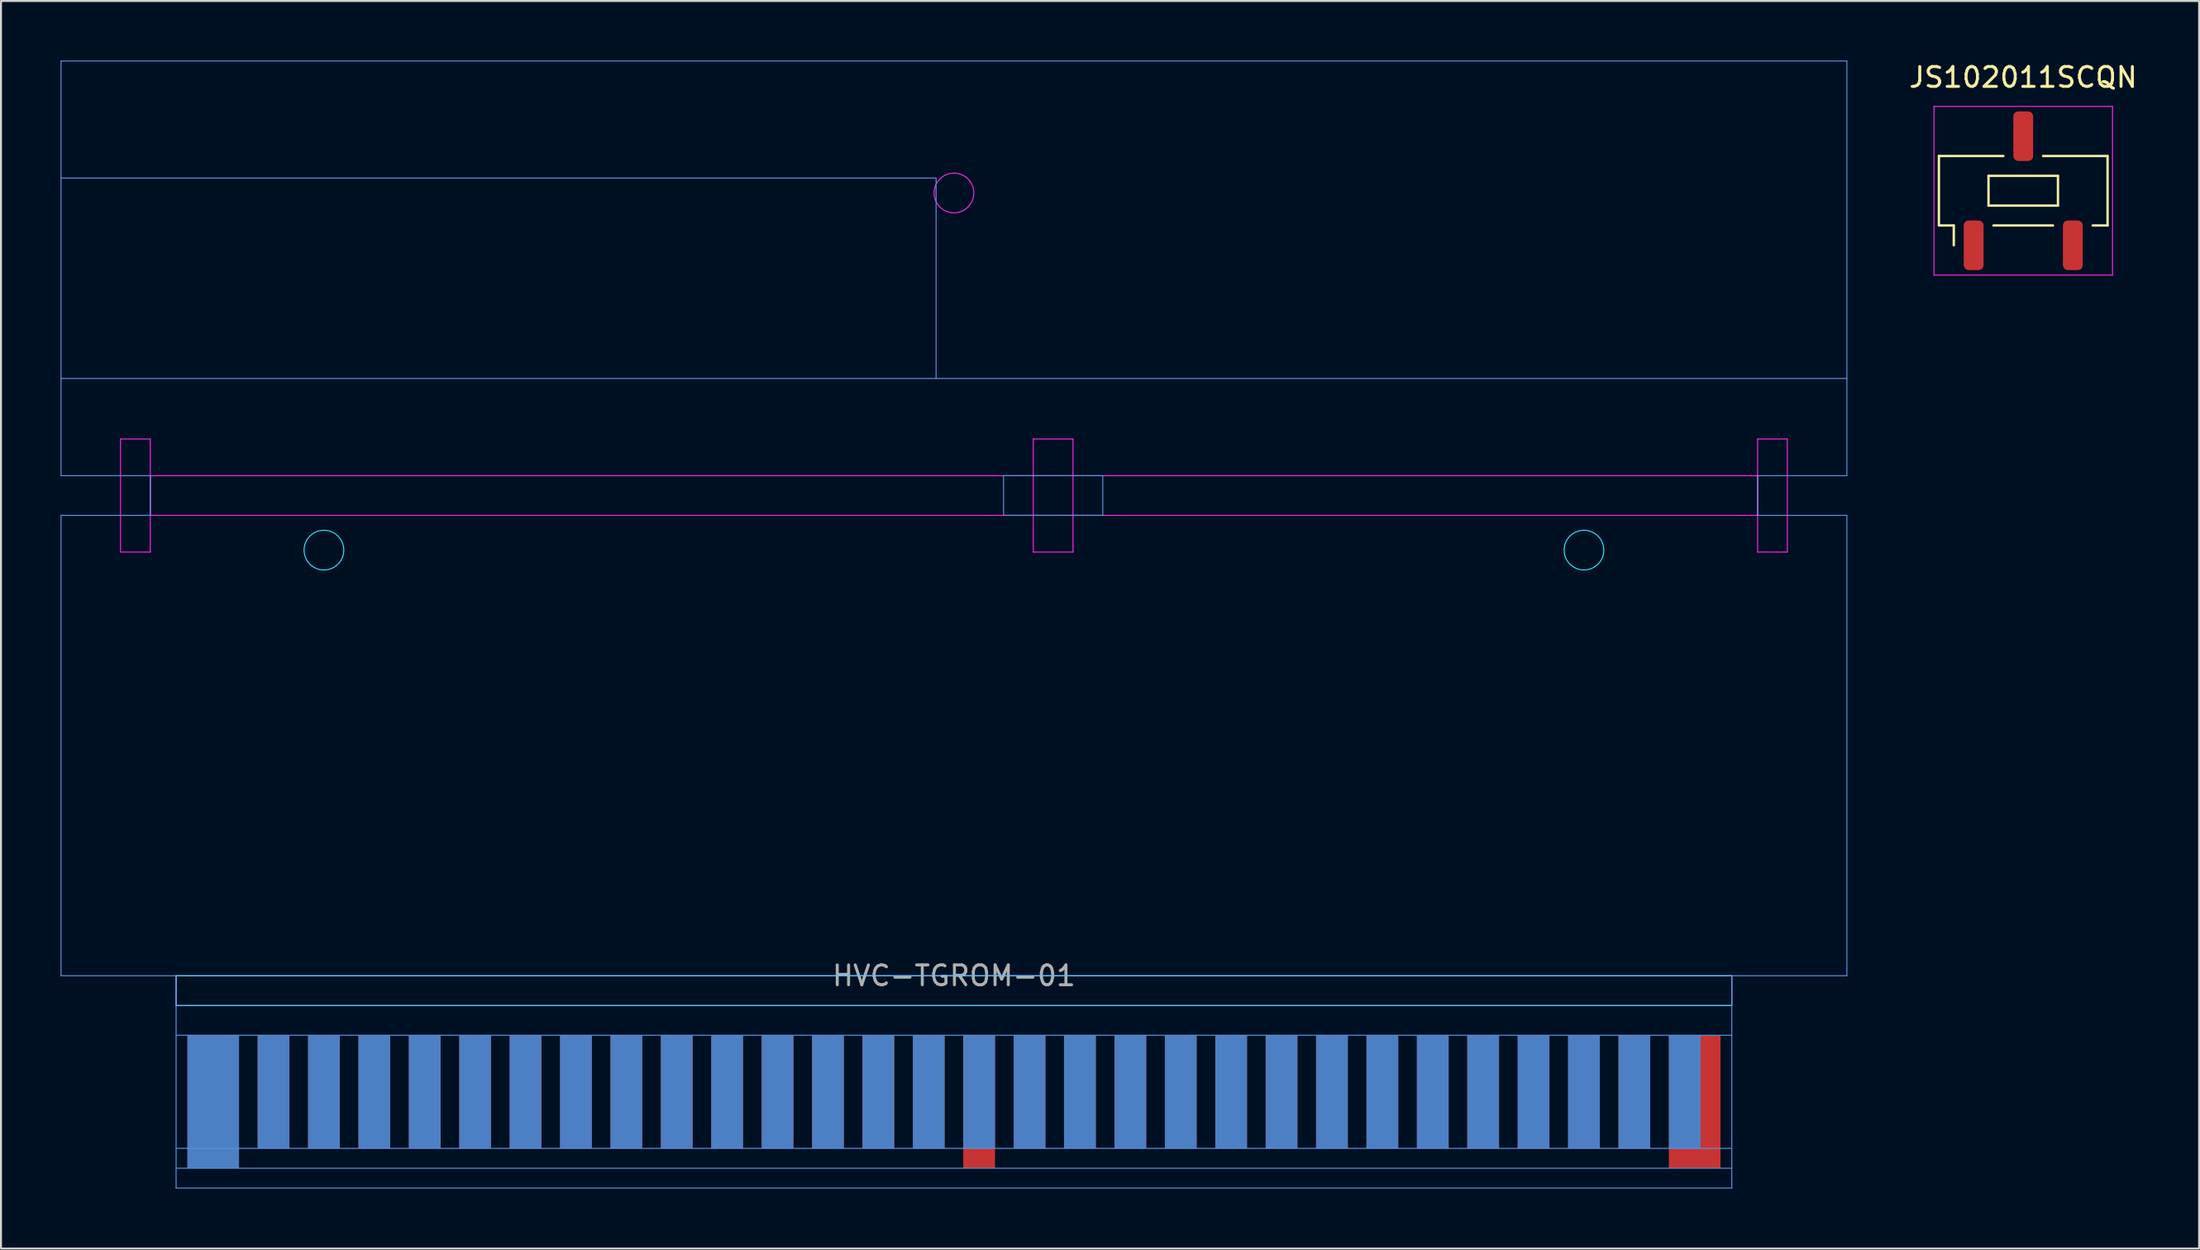
<source format=kicad_pcb>
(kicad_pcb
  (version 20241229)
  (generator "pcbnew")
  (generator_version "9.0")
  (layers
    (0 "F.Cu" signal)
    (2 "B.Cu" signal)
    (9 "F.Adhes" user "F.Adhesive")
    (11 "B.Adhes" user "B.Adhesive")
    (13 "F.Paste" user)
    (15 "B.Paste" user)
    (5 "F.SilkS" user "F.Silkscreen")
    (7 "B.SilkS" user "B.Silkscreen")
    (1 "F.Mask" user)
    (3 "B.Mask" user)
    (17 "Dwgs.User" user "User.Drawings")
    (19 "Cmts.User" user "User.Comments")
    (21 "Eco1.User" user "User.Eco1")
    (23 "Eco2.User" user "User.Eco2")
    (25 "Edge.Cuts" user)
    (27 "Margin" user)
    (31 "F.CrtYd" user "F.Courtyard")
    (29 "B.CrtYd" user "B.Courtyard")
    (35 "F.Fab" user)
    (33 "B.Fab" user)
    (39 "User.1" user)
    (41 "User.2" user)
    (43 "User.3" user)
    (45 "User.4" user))
  (footprint "JS102011SCQN"
    (layer "F.Cu")
    (at 98.913 6.563)
    (property "Reference" "JS102011SCQN" (at 0 -5.715 0) (unlocked yes) (layer "F.SilkS") (effects (font (size 1 1) (thickness 0.15))))
    (attr smd)
    (fp_line (start -4.25 -1.75) (end -1 -1.75) (stroke (width 0.12) (type solid)) (layer "F.SilkS"))
    (fp_line (start -4.25 1.75) (end -4.25 -1.75) (stroke (width 0.12) (type solid)) (layer "F.SilkS"))
    (fp_line (start -3.5 1.75) (end -4.25 1.75) (stroke (width 0.12) (type solid)) (layer "F.SilkS"))
    (fp_line (start -3.5 2.75) (end -3.5 1.75) (stroke (width 0.12) (type solid)) (layer "F.SilkS"))
    (fp_line (start -1.75 -0.75) (end -1.75 0.75) (stroke (width 0.12) (type solid)) (layer "F.SilkS"))
    (fp_line (start -1.75 -0.75) (end 1.75 -0.75) (stroke (width 0.12) (type solid)) (layer "F.SilkS"))
    (fp_line (start -1.5 1.75) (end 1.5 1.75) (stroke (width 0.12) (type solid)) (layer "F.SilkS"))
    (fp_line (start 1.75 -0.75) (end 1.75 0.75) (stroke (width 0.12) (type solid)) (layer "F.SilkS"))
    (fp_line (start 1.75 0.75) (end -1.75 0.75) (stroke (width 0.12) (type solid)) (layer "F.SilkS"))
    (fp_line (start 3.5 1.75) (end 4.25 1.75) (stroke (width 0.12) (type solid)) (layer "F.SilkS"))
    (fp_line (start 4.25 -1.75) (end 1 -1.75) (stroke (width 0.12) (type solid)) (layer "F.SilkS"))
    (fp_line (start 4.25 -1.75) (end 4.25 1.75) (stroke (width 0.12) (type solid)) (layer "F.SilkS"))
    (fp_line (start -4.5 -4.25) (end -4.5 4.25) (stroke (width 0.05) (type solid)) (layer "F.CrtYd"))
    (fp_line (start -4.5 4.25) (end 4.5 4.25) (stroke (width 0.05) (type solid)) (layer "F.CrtYd"))
    (fp_line (start 4.5 -4.25) (end -4.5 -4.25) (stroke (width 0.05) (type solid)) (layer "F.CrtYd"))
    (fp_line (start 4.5 4.25) (end 4.5 -4.25) (stroke (width 0.05) (type solid)) (layer "F.CrtYd"))
    (pad "1" smd roundrect (at -2.5 2.75) (size 1 2.5) (layers "F.Cu" "F.Mask" "F.Paste") (roundrect_rratio 0.25))
    (pad "2" smd roundrect (at 0 -2.75) (size 1 2.5) (layers "F.Cu" "F.Mask" "F.Paste") (roundrect_rratio 0.25))
    (pad "3" smd roundrect (at 2.5 2.75) (size 1 2.5) (layers "F.Cu" "F.Mask" "F.Paste") (roundrect_rratio 0.25)))
  (footprint "HVC-TGROM-01"
    (layer "F.Cu")
    (at 45.025 46.125)
    (property "Reference" "HVC-TGROM-01" (at 0 0 0) (layer "F.Fab") (effects (font (size 1 1) (thickness 0.15))))
    (fp_poly (pts (xy 39.191 10.7) (xy -39.2 10.7) (xy -39.2 4) (xy 39.2 4)) (stroke (width 0.1) (type solid)) (fill yes) (layer "F.Mask"))
    (fp_poly (pts (xy 39.191 10.7) (xy -39.2 10.7) (xy -39.2 4) (xy 39.2 4)) (stroke (width 0.1) (type solid)) (fill yes) (layer "B.Mask"))
    (fp_line (start -45 -40.2) (end -0.9 -40.2) (stroke (width 0.05) (type solid)) (layer "Cmts.User"))
    (fp_line (start -45 -30.1) (end 45 -30.1) (stroke (width 0.05) (type solid)) (layer "Cmts.User"))
    (fp_line (start -45 -25.2) (end -45 -46.1) (stroke (width 0.05) (type solid)) (layer "Cmts.User"))
    (fp_line (start -45 -25.2) (end -40.5 -25.2) (stroke (width 0.05) (type solid)) (layer "Cmts.User"))
    (fp_line (start -45 -23.2) (end -40.5 -23.2) (stroke (width 0.05) (type solid)) (layer "Cmts.User"))
    (fp_line (start -45 0) (end -45 -23.2) (stroke (width 0.05) (type solid)) (layer "Cmts.User"))
    (fp_line (start -40.5 -23.2) (end -40.5 -25.2) (stroke (width 0.05) (type solid)) (layer "Cmts.User"))
    (fp_line (start -39.2 0) (end -45 0) (stroke (width 0.05) (type solid)) (layer "Cmts.User"))
    (fp_line (start -39.2 0) (end -39.2 10.7) (stroke (width 0.05) (type solid)) (layer "Cmts.User"))
    (fp_line (start -39.2 3) (end 39.2 3) (stroke (width 0.05) (type solid)) (layer "Cmts.User"))
    (fp_line (start -39.2 8.7) (end 39.2 8.7) (stroke (width 0.05) (type solid)) (layer "Cmts.User"))
    (fp_line (start -39.2 9.7) (end 39.2 9.7) (stroke (width 0.05) (type solid)) (layer "Cmts.User"))
    (fp_line (start -39.2 10.7) (end 39.2 10.7) (stroke (width 0.05) (type solid)) (layer "Cmts.User"))
    (fp_line (start -0.9 -40.2) (end -0.9 -30.1) (stroke (width 0.05) (type solid)) (layer "Cmts.User"))
    (fp_line (start 2.5 -23.2) (end 2.5 -25.2) (stroke (width 0.05) (type solid)) (layer "Cmts.User"))
    (fp_line (start 2.5 -23.2) (end 7.5 -23.2) (stroke (width 0.05) (type solid)) (layer "Cmts.User"))
    (fp_line (start 7.5 -25.2) (end 2.5 -25.2) (stroke (width 0.05) (type solid)) (layer "Cmts.User"))
    (fp_line (start 7.5 -23.2) (end 7.5 -25.2) (stroke (width 0.05) (type solid)) (layer "Cmts.User"))
    (fp_line (start 39.2 0) (end 39.2 10.7) (stroke (width 0.05) (type solid)) (layer "Cmts.User"))
    (fp_line (start 40.5 -25.2) (end 45 -25.2) (stroke (width 0.05) (type solid)) (layer "Cmts.User"))
    (fp_line (start 40.5 -23.2) (end 40.5 -25.2) (stroke (width 0.05) (type solid)) (layer "Cmts.User"))
    (fp_line (start 40.5 -23.2) (end 45 -23.2) (stroke (width 0.05) (type solid)) (layer "Cmts.User"))
    (fp_line (start 45 -46.1) (end -45 -46.1) (stroke (width 0.05) (type solid)) (layer "Cmts.User"))
    (fp_line (start 45 -25.2) (end 45 -46.1) (stroke (width 0.05) (type solid)) (layer "Cmts.User"))
    (fp_line (start 45 0) (end 39.2 0) (stroke (width 0.05) (type solid)) (layer "Cmts.User"))
    (fp_line (start 45 0) (end 45 -23.2) (stroke (width 0.05) (type solid)) (layer "Cmts.User"))
    (fp_line (start -39.2 0) (end 39.2 0) (stroke (width 0.05) (type solid)) (layer "B.CrtYd"))
    (fp_line (start -39.2 1.5) (end -39.2 0) (stroke (width 0.05) (type solid)) (layer "B.CrtYd"))
    (fp_line (start -39.2 1.5) (end 39.2 1.5) (stroke (width 0.05) (type solid)) (layer "B.CrtYd"))
    (fp_line (start 39.2 1.5) (end 39.2 0) (stroke (width 0.05) (type solid)) (layer "B.CrtYd"))
    (fp_circle (center -31.75 -21.45) (end -30.75 -21.45) (stroke (width 0.05) (type solid)) (fill no) (layer "B.CrtYd"))
    (fp_circle (center 31.75 -21.45) (end 32.75 -21.45) (stroke (width 0.05) (type solid)) (fill no) (layer "B.CrtYd"))
    (fp_line (start -42 -27.05) (end -42 -21.35) (stroke (width 0.05) (type solid)) (layer "F.CrtYd"))
    (fp_line (start -42 -21.35) (end -40.5 -21.35) (stroke (width 0.05) (type solid)) (layer "F.CrtYd"))
    (fp_line (start -40.5 -27.05) (end -42 -27.05) (stroke (width 0.05) (type solid)) (layer "F.CrtYd"))
    (fp_line (start -40.5 -27.05) (end -40.5 -21.35) (stroke (width 0.05) (type solid)) (layer "F.CrtYd"))
    (fp_line (start -40.5 -25.2) (end 40.5 -25.2) (stroke (width 0.05) (type solid)) (layer "F.CrtYd"))
    (fp_line (start -40.5 -23.2) (end -40.5 -25.2) (stroke (width 0.05) (type solid)) (layer "F.CrtYd"))
    (fp_line (start -39.2 0) (end -39.2 1.5) (stroke (width 0.05) (type solid)) (layer "F.CrtYd"))
    (fp_line (start -39.2 0) (end 39.2 0) (stroke (width 0.05) (type solid)) (layer "F.CrtYd"))
    (fp_line (start -39.2 1.5) (end 39.2 1.5) (stroke (width 0.05) (type solid)) (layer "F.CrtYd"))
    (fp_line (start 4 -27.05) (end 4 -21.35) (stroke (width 0.05) (type solid)) (layer "F.CrtYd"))
    (fp_line (start 4 -21.35) (end 6 -21.35) (stroke (width 0.05) (type solid)) (layer "F.CrtYd"))
    (fp_line (start 6 -27.05) (end 4 -27.05) (stroke (width 0.05) (type solid)) (layer "F.CrtYd"))
    (fp_line (start 6 -27.05) (end 6 -21.35) (stroke (width 0.05) (type solid)) (layer "F.CrtYd"))
    (fp_line (start 39.2 0) (end 39.2 1.5) (stroke (width 0.05) (type solid)) (layer "F.CrtYd"))
    (fp_line (start 40.5 -27.05) (end 40.5 -21.35) (stroke (width 0.05) (type solid)) (layer "F.CrtYd"))
    (fp_line (start 40.5 -27.05) (end 42 -27.05) (stroke (width 0.05) (type solid)) (layer "F.CrtYd"))
    (fp_line (start 40.5 -25.2) (end 40.5 -23.2) (stroke (width 0.05) (type solid)) (layer "F.CrtYd"))
    (fp_line (start 40.5 -23.2) (end -40.5 -23.2) (stroke (width 0.05) (type solid)) (layer "F.CrtYd"))
    (fp_line (start 42 -27.05) (end 42 -21.35) (stroke (width 0.05) (type solid)) (layer "F.CrtYd"))
    (fp_line (start 42 -21.35) (end 40.5 -21.35) (stroke (width 0.05) (type solid)) (layer "F.CrtYd"))
    (fp_circle (center 0 -39.45) (end 1 -39.45) (stroke (width 0.05) (type solid)) (fill no) (layer "F.CrtYd"))
    (pad "1" connect rect (at -37.33 6.35) (size 2.6 6.7) (layers "F.Cu"))
    (pad "2" connect rect (at -34.29 5.85) (size 1.6 5.7) (layers "F.Cu"))
    (pad "3" connect rect (at -31.75 5.85) (size 1.6 5.7) (layers "F.Cu"))
    (pad "4" connect rect (at -29.21 5.85) (size 1.6 5.7) (layers "F.Cu"))
    (pad "5" connect rect (at -26.67 5.85) (size 1.6 5.7) (layers "F.Cu"))
    (pad "6" connect rect (at -24.13 5.85) (size 1.6 5.7) (layers "F.Cu"))
    (pad "7" connect rect (at -21.59 5.85) (size 1.6 5.7) (layers "F.Cu"))
    (pad "8" connect rect (at -19.05 5.85) (size 1.6 5.7) (layers "F.Cu"))
    (pad "9" connect rect (at -16.51 5.85) (size 1.6 5.7) (layers "F.Cu"))
    (pad "10" connect rect (at -13.97 5.85) (size 1.6 5.7) (layers "F.Cu"))
    (pad "11" connect rect (at -11.43 5.85) (size 1.6 5.7) (layers "F.Cu"))
    (pad "12" connect rect (at -8.89 5.85) (size 1.6 5.7) (layers "F.Cu"))
    (pad "13" connect rect (at -6.35 5.85) (size 1.6 5.7) (layers "F.Cu"))
    (pad "14" connect rect (at -3.81 5.85) (size 1.6 5.7) (layers "F.Cu"))
    (pad "15" connect rect (at -1.27 5.85) (size 1.6 5.7) (layers "F.Cu"))
    (pad "16" connect rect (at 1.27 6.35) (size 1.6 6.7) (layers "F.Cu"))
    (pad "17" connect rect (at 3.81 5.85) (size 1.6 5.7) (layers "F.Cu"))
    (pad "18" connect rect (at 6.35 5.85) (size 1.6 5.7) (layers "F.Cu"))
    (pad "19" connect rect (at 8.89 5.85) (size 1.6 5.7) (layers "F.Cu"))
    (pad "20" connect rect (at 11.43 5.85) (size 1.6 5.7) (layers "F.Cu"))
    (pad "21" connect rect (at 13.97 5.85) (size 1.6 5.7) (layers "F.Cu"))
    (pad "22" connect rect (at 16.51 5.85) (size 1.6 5.7) (layers "F.Cu"))
    (pad "23" connect rect (at 19.05 5.85) (size 1.6 5.7) (layers "F.Cu"))
    (pad "24" connect rect (at 21.59 5.85) (size 1.6 5.7) (layers "F.Cu"))
    (pad "25" connect rect (at 24.13 5.85) (size 1.6 5.7) (layers "F.Cu"))
    (pad "26" connect rect (at 26.67 5.85) (size 1.6 5.7) (layers "F.Cu"))
    (pad "27" connect rect (at 29.21 5.85) (size 1.6 5.7) (layers "F.Cu"))
    (pad "28" connect rect (at 31.75 5.85) (size 1.6 5.7) (layers "F.Cu"))
    (pad "29" connect rect (at 34.29 5.85) (size 1.6 5.7) (layers "F.Cu"))
    (pad "30" connect rect (at 37.33 6.35) (size 2.6 6.7) (layers "F.Cu"))
    (pad "31" connect rect (at -37.33 6.35) (size 2.6 6.7) (layers "B.Cu"))
    (pad "32" connect rect (at -34.29 5.85) (size 1.6 5.7) (layers "B.Cu"))
    (pad "33" connect rect (at -31.75 5.85) (size 1.6 5.7) (layers "B.Cu"))
    (pad "34" connect rect (at -29.21 5.85) (size 1.6 5.7) (layers "B.Cu"))
    (pad "35" connect rect (at -26.67 5.85) (size 1.6 5.7) (layers "B.Cu"))
    (pad "36" connect rect (at -24.13 5.85) (size 1.6 5.7) (layers "B.Cu"))
    (pad "37" connect rect (at -21.59 5.85) (size 1.6 5.7) (layers "B.Cu"))
    (pad "38" connect rect (at -19.05 5.85) (size 1.6 5.7) (layers "B.Cu"))
    (pad "39" connect rect (at -16.51 5.85) (size 1.6 5.7) (layers "B.Cu"))
    (pad "40" connect rect (at -13.97 5.85) (size 1.6 5.7) (layers "B.Cu"))
    (pad "41" connect rect (at -11.43 5.85) (size 1.6 5.7) (layers "B.Cu"))
    (pad "42" connect rect (at -8.89 5.85) (size 1.6 5.7) (layers "B.Cu"))
    (pad "43" connect rect (at -6.35 5.85) (size 1.6 5.7) (layers "B.Cu"))
    (pad "44" connect rect (at -3.81 5.85) (size 1.6 5.7) (layers "B.Cu"))
    (pad "45" connect rect (at -1.27 5.85) (size 1.6 5.7) (layers "B.Cu"))
    (pad "46" connect rect (at 1.27 5.85) (size 1.6 5.7) (layers "B.Cu"))
    (pad "47" connect rect (at 3.81 5.85) (size 1.6 5.7) (layers "B.Cu"))
    (pad "48" connect rect (at 6.35 5.85) (size 1.6 5.7) (layers "B.Cu"))
    (pad "49" connect rect (at 8.89 5.85) (size 1.6 5.7) (layers "B.Cu"))
    (pad "50" connect rect (at 11.43 5.85) (size 1.6 5.7) (layers "B.Cu"))
    (pad "51" connect rect (at 13.97 5.85) (size 1.6 5.7) (layers "B.Cu"))
    (pad "52" connect rect (at 16.51 5.85) (size 1.6 5.7) (layers "B.Cu"))
    (pad "53" connect rect (at 19.05 5.85) (size 1.6 5.7) (layers "B.Cu"))
    (pad "54" connect rect (at 21.59 5.85) (size 1.6 5.7) (layers "B.Cu"))
    (pad "55" connect rect (at 24.13 5.85) (size 1.6 5.7) (layers "B.Cu"))
    (pad "56" connect rect (at 26.67 5.85) (size 1.6 5.7) (layers "B.Cu"))
    (pad "57" connect rect (at 29.21 5.85) (size 1.6 5.7) (layers "B.Cu"))
    (pad "58" connect rect (at 31.75 5.85) (size 1.6 5.7) (layers "B.Cu"))
    (pad "59" connect rect (at 34.29 5.85) (size 1.6 5.7) (layers "B.Cu"))
    (pad "60" connect rect (at 36.83 5.85) (size 1.6 5.7) (layers "B.Cu")))
  (gr_rect
    (start -3 -3)
    (end 107.776 59.875)
    (stroke (width 0.1) (type default))
    (fill no)
    (layer "Edge.Cuts")))
</source>
